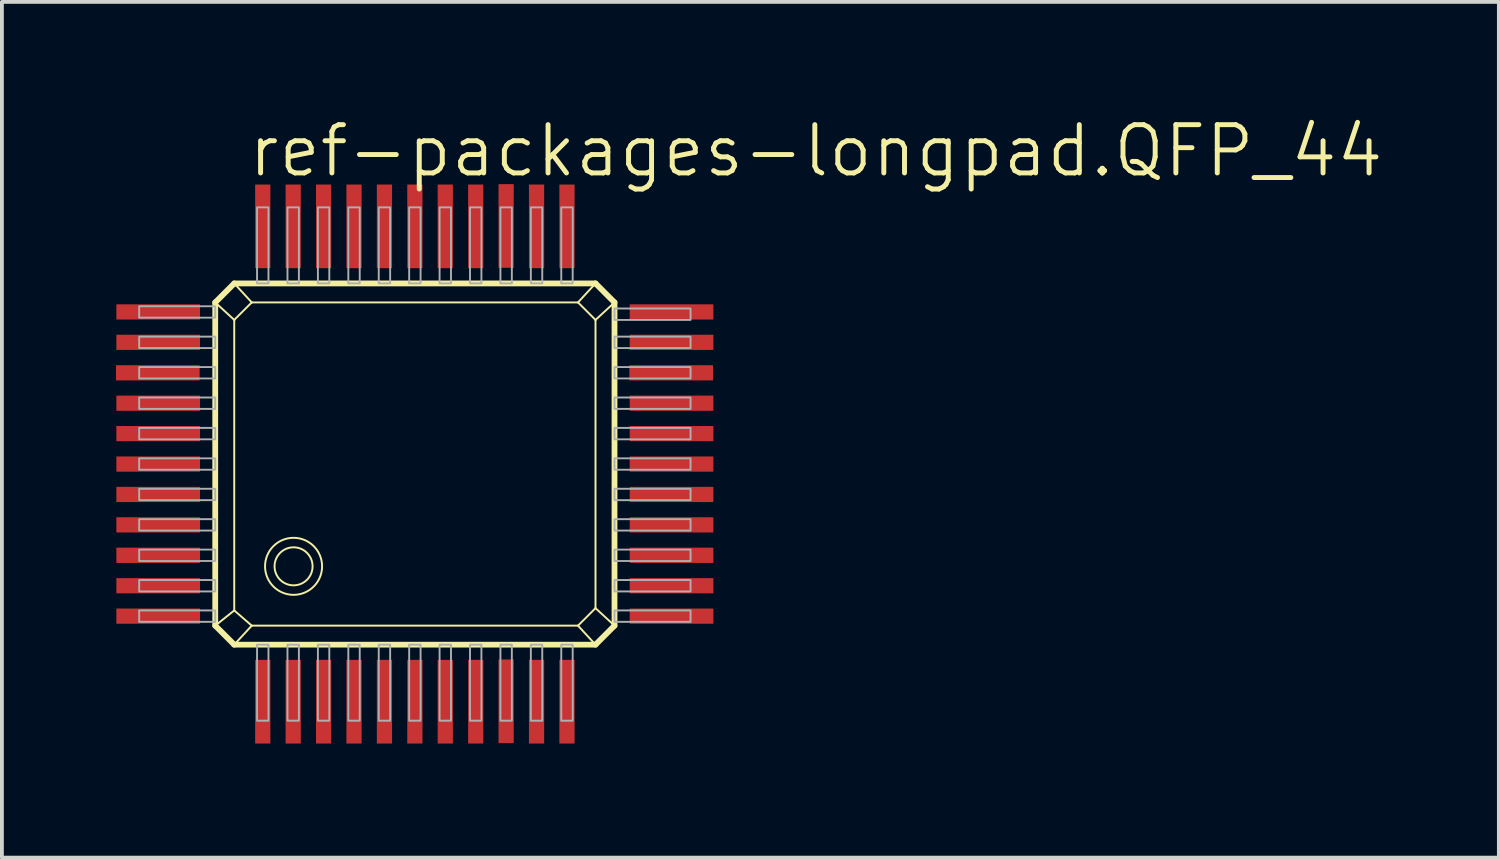
<source format=kicad_pcb>
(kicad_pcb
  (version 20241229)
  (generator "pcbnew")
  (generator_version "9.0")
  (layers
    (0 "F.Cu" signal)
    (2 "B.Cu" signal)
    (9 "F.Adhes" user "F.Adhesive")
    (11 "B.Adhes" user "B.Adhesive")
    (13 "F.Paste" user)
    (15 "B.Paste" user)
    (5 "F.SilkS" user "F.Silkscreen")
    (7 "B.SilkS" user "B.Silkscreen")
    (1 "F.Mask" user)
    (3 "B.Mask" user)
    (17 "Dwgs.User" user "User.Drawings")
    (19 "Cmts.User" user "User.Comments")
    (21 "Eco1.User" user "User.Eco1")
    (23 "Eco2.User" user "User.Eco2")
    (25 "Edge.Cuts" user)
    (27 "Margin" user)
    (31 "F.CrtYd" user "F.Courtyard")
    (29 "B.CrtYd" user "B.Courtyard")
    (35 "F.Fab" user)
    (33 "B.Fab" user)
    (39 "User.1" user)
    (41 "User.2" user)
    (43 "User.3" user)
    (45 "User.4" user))
  (footprint "ref-packages-longpad.QFP_44"
    (layer "F.Cu")
    (at 7.86 9.153)
    (property "Reference" "ref-packages-longpad.QFP_44" (at -4.445 -7.493 0) (layer "F.SilkS") (effects (font (size 1.27 1.27) (thickness 0.13)) (justify left bottom)))
    (attr smd)
    (fp_line (start -5.25 -4.25) (end -4.75 -4.75) (stroke (width 0.152) (type default)) (layer "F.SilkS"))
    (fp_line (start -5.25 -4.25) (end -4.75 -3.79) (stroke (width 0.051) (type default)) (layer "F.SilkS"))
    (fp_line (start -5.25 4.25) (end -5.25 -4.25) (stroke (width 0.152) (type default)) (layer "F.SilkS"))
    (fp_line (start -4.75 -4.75) (end -4.29 -4.25) (stroke (width 0.051) (type default)) (layer "F.SilkS"))
    (fp_line (start -4.75 -4.75) (end 4.75 -4.75) (stroke (width 0.152) (type default)) (layer "F.SilkS"))
    (fp_line (start -4.75 -3.79) (end -4.29 -4.25) (stroke (width 0.051) (type default)) (layer "F.SilkS"))
    (fp_line (start -4.75 3.85) (end -5.25 4.25) (stroke (width 0.051) (type default)) (layer "F.SilkS"))
    (fp_line (start -4.75 3.85) (end -4.75 -3.79) (stroke (width 0.051) (type default)) (layer "F.SilkS"))
    (fp_line (start -4.75 4.75) (end -5.25 4.25) (stroke (width 0.152) (type default)) (layer "F.SilkS"))
    (fp_line (start -4.75 4.75) (end -4.29 4.25) (stroke (width 0.051) (type default)) (layer "F.SilkS"))
    (fp_line (start -4.29 -4.25) (end 4.29 -4.25) (stroke (width 0.051) (type default)) (layer "F.SilkS"))
    (fp_line (start -4.29 4.25) (end -4.75 3.85) (stroke (width 0.051) (type default)) (layer "F.SilkS"))
    (fp_line (start 4.29 -4.25) (end 4.75 -3.79) (stroke (width 0.051) (type default)) (layer "F.SilkS"))
    (fp_line (start 4.29 4.25) (end -4.29 4.25) (stroke (width 0.051) (type default)) (layer "F.SilkS"))
    (fp_line (start 4.75 -4.75) (end 4.29 -4.25) (stroke (width 0.051) (type default)) (layer "F.SilkS"))
    (fp_line (start 4.75 -4.75) (end 5.25 -4.25) (stroke (width 0.152) (type default)) (layer "F.SilkS"))
    (fp_line (start 4.75 -3.79) (end 4.75 3.79) (stroke (width 0.051) (type default)) (layer "F.SilkS"))
    (fp_line (start 4.75 3.79) (end 4.29 4.25) (stroke (width 0.051) (type default)) (layer "F.SilkS"))
    (fp_line (start 4.75 4.75) (end -4.75 4.75) (stroke (width 0.152) (type default)) (layer "F.SilkS"))
    (fp_line (start 4.75 4.75) (end 4.29 4.25) (stroke (width 0.051) (type default)) (layer "F.SilkS"))
    (fp_line (start 5.25 -4.25) (end 4.75 -3.79) (stroke (width 0.051) (type default)) (layer "F.SilkS"))
    (fp_line (start 5.25 -4.25) (end 5.25 4.25) (stroke (width 0.152) (type default)) (layer "F.SilkS"))
    (fp_line (start 5.25 4.25) (end 4.75 3.79) (stroke (width 0.051) (type default)) (layer "F.SilkS"))
    (fp_line (start 5.25 4.25) (end 4.75 4.75) (stroke (width 0.152) (type default)) (layer "F.SilkS"))
    (fp_circle (center -3.19 2.69) (end -2.69 2.69) (stroke (width 0.051) (type default)) (fill no) (layer "F.SilkS"))
    (fp_circle (center -3.19 2.69) (end -2.44 2.69) (stroke (width 0.051) (type default)) (fill no) (layer "F.SilkS"))
    (fp_rect (start -7.25 -3.849) (end -5.25 -4.149) (stroke (width 0.05) (type default)) (fill no) (layer "F.Fab"))
    (fp_rect (start -7.25 -3.05) (end -5.25 -3.35) (stroke (width 0.05) (type default)) (fill no) (layer "F.Fab"))
    (fp_rect (start -7.25 -2.25) (end -5.25 -2.55) (stroke (width 0.05) (type default)) (fill no) (layer "F.Fab"))
    (fp_rect (start -7.25 -1.45) (end -5.25 -1.75) (stroke (width 0.05) (type default)) (fill no) (layer "F.Fab"))
    (fp_rect (start -7.25 -0.65) (end -5.25 -0.95) (stroke (width 0.05) (type default)) (fill no) (layer "F.Fab"))
    (fp_rect (start -7.25 0.15) (end -5.25 -0.15) (stroke (width 0.05) (type default)) (fill no) (layer "F.Fab"))
    (fp_rect (start -7.25 0.95) (end -5.25 0.65) (stroke (width 0.05) (type default)) (fill no) (layer "F.Fab"))
    (fp_rect (start -7.25 1.75) (end -5.25 1.45) (stroke (width 0.05) (type default)) (fill no) (layer "F.Fab"))
    (fp_rect (start -7.25 2.55) (end -5.25 2.25) (stroke (width 0.05) (type default)) (fill no) (layer "F.Fab"))
    (fp_rect (start -7.25 3.35) (end -5.25 3.05) (stroke (width 0.05) (type default)) (fill no) (layer "F.Fab"))
    (fp_rect (start -7.25 4.15) (end -5.25 3.85) (stroke (width 0.05) (type default)) (fill no) (layer "F.Fab"))
    (fp_rect (start -4.15 -4.75) (end -3.85 -6.75) (stroke (width 0.05) (type default)) (fill no) (layer "F.Fab"))
    (fp_rect (start -4.15 6.75) (end -3.85 4.75) (stroke (width 0.05) (type default)) (fill no) (layer "F.Fab"))
    (fp_rect (start -3.35 -4.75) (end -3.05 -6.75) (stroke (width 0.05) (type default)) (fill no) (layer "F.Fab"))
    (fp_rect (start -3.35 6.75) (end -3.05 4.75) (stroke (width 0.05) (type default)) (fill no) (layer "F.Fab"))
    (fp_rect (start -2.55 -4.75) (end -2.25 -6.75) (stroke (width 0.05) (type default)) (fill no) (layer "F.Fab"))
    (fp_rect (start -2.55 6.75) (end -2.25 4.75) (stroke (width 0.05) (type default)) (fill no) (layer "F.Fab"))
    (fp_rect (start -1.75 -4.75) (end -1.45 -6.75) (stroke (width 0.05) (type default)) (fill no) (layer "F.Fab"))
    (fp_rect (start -1.75 6.75) (end -1.45 4.75) (stroke (width 0.05) (type default)) (fill no) (layer "F.Fab"))
    (fp_rect (start -0.95 -4.75) (end -0.65 -6.75) (stroke (width 0.05) (type default)) (fill no) (layer "F.Fab"))
    (fp_rect (start -0.95 6.75) (end -0.65 4.75) (stroke (width 0.05) (type default)) (fill no) (layer "F.Fab"))
    (fp_rect (start -0.15 -4.75) (end 0.15 -6.75) (stroke (width 0.05) (type default)) (fill no) (layer "F.Fab"))
    (fp_rect (start -0.15 6.75) (end 0.15 4.75) (stroke (width 0.05) (type default)) (fill no) (layer "F.Fab"))
    (fp_rect (start 0.65 -4.75) (end 0.95 -6.75) (stroke (width 0.05) (type default)) (fill no) (layer "F.Fab"))
    (fp_rect (start 0.65 6.75) (end 0.95 4.75) (stroke (width 0.05) (type default)) (fill no) (layer "F.Fab"))
    (fp_rect (start 1.45 -4.75) (end 1.75 -6.75) (stroke (width 0.05) (type default)) (fill no) (layer "F.Fab"))
    (fp_rect (start 1.45 6.75) (end 1.75 4.75) (stroke (width 0.05) (type default)) (fill no) (layer "F.Fab"))
    (fp_rect (start 2.25 -4.75) (end 2.55 -6.75) (stroke (width 0.05) (type default)) (fill no) (layer "F.Fab"))
    (fp_rect (start 2.25 6.75) (end 2.55 4.75) (stroke (width 0.05) (type default)) (fill no) (layer "F.Fab"))
    (fp_rect (start 3.05 -4.75) (end 3.35 -6.75) (stroke (width 0.05) (type default)) (fill no) (layer "F.Fab"))
    (fp_rect (start 3.05 6.75) (end 3.35 4.75) (stroke (width 0.05) (type default)) (fill no) (layer "F.Fab"))
    (fp_rect (start 3.85 -4.75) (end 4.15 -6.75) (stroke (width 0.05) (type default)) (fill no) (layer "F.Fab"))
    (fp_rect (start 3.85 6.75) (end 4.15 4.75) (stroke (width 0.05) (type default)) (fill no) (layer "F.Fab"))
    (fp_rect (start 5.25 -3.79) (end 7.25 -4.09) (stroke (width 0.05) (type default)) (fill no) (layer "F.Fab"))
    (fp_rect (start 5.25 -3.05) (end 7.25 -3.35) (stroke (width 0.05) (type default)) (fill no) (layer "F.Fab"))
    (fp_rect (start 5.25 -2.25) (end 7.25 -2.55) (stroke (width 0.05) (type default)) (fill no) (layer "F.Fab"))
    (fp_rect (start 5.25 -1.45) (end 7.25 -1.75) (stroke (width 0.05) (type default)) (fill no) (layer "F.Fab"))
    (fp_rect (start 5.25 -0.65) (end 7.25 -0.95) (stroke (width 0.05) (type default)) (fill no) (layer "F.Fab"))
    (fp_rect (start 5.25 0.15) (end 7.25 -0.15) (stroke (width 0.05) (type default)) (fill no) (layer "F.Fab"))
    (fp_rect (start 5.25 0.95) (end 7.25 0.65) (stroke (width 0.05) (type default)) (fill no) (layer "F.Fab"))
    (fp_rect (start 5.25 1.75) (end 7.25 1.45) (stroke (width 0.05) (type default)) (fill no) (layer "F.Fab"))
    (fp_rect (start 5.25 2.55) (end 7.25 2.25) (stroke (width 0.05) (type default)) (fill no) (layer "F.Fab"))
    (fp_rect (start 5.25 3.35) (end 7.25 3.05) (stroke (width 0.05) (type default)) (fill no) (layer "F.Fab"))
    (fp_rect (start 5.25 4.15) (end 7.25 3.85) (stroke (width 0.05) (type default)) (fill no) (layer "F.Fab"))
    (pad "1" smd roundrect (at -4 6.25) (size 0.4 2.2) (layers "F.Cu" "F.Mask" "F.Paste") (roundrect_rratio 0.01))
    (pad "2" smd roundrect (at -3.2 6.25) (size 0.4 2.2) (layers "F.Cu" "F.Mask" "F.Paste") (roundrect_rratio 0.01))
    (pad "3" smd roundrect (at -2.4 6.25) (size 0.4 2.2) (layers "F.Cu" "F.Mask" "F.Paste") (roundrect_rratio 0.01))
    (pad "4" smd roundrect (at -1.6 6.25) (size 0.4 2.2) (layers "F.Cu" "F.Mask" "F.Paste") (roundrect_rratio 0.01))
    (pad "5" smd roundrect (at -0.8 6.25) (size 0.4 2.2) (layers "F.Cu" "F.Mask" "F.Paste") (roundrect_rratio 0.01))
    (pad "6" smd roundrect (at 0 6.25) (size 0.4 2.2) (layers "F.Cu" "F.Mask" "F.Paste") (roundrect_rratio 0.01))
    (pad "7" smd roundrect (at 0.8 6.25) (size 0.4 2.2) (layers "F.Cu" "F.Mask" "F.Paste") (roundrect_rratio 0.01))
    (pad "8" smd roundrect (at 1.6 6.25) (size 0.4 2.2) (layers "F.Cu" "F.Mask" "F.Paste") (roundrect_rratio 0.01))
    (pad "9" smd roundrect (at 2.4 6.24) (size 0.4 2.2) (layers "F.Cu" "F.Mask" "F.Paste") (roundrect_rratio 0.01))
    (pad "10" smd roundrect (at 3.2 6.25) (size 0.4 2.2) (layers "F.Cu" "F.Mask" "F.Paste") (roundrect_rratio 0.01))
    (pad "11" smd roundrect (at 4 6.25) (size 0.4 2.2) (layers "F.Cu" "F.Mask" "F.Paste") (roundrect_rratio 0.01))
    (pad "12" smd roundrect (at 6.75 4) (size 2.2 0.4) (layers "F.Cu" "F.Mask" "F.Paste") (roundrect_rratio 0.01))
    (pad "13" smd roundrect (at 6.75 3.2) (size 2.2 0.4) (layers "F.Cu" "F.Mask" "F.Paste") (roundrect_rratio 0.01))
    (pad "14" smd roundrect (at 6.75 2.4) (size 2.2 0.4) (layers "F.Cu" "F.Mask" "F.Paste") (roundrect_rratio 0.01))
    (pad "15" smd roundrect (at 6.75 1.6) (size 2.2 0.4) (layers "F.Cu" "F.Mask" "F.Paste") (roundrect_rratio 0.01))
    (pad "16" smd roundrect (at 6.75 0.8) (size 2.2 0.4) (layers "F.Cu" "F.Mask" "F.Paste") (roundrect_rratio 0.01))
    (pad "17" smd roundrect (at 6.75 0) (size 2.2 0.4) (layers "F.Cu" "F.Mask" "F.Paste") (roundrect_rratio 0.01))
    (pad "18" smd roundrect (at 6.75 -0.8) (size 2.2 0.4) (layers "F.Cu" "F.Mask" "F.Paste") (roundrect_rratio 0.01))
    (pad "19" smd roundrect (at 6.75 -1.6) (size 2.2 0.4) (layers "F.Cu" "F.Mask" "F.Paste") (roundrect_rratio 0.01))
    (pad "20" smd roundrect (at 6.74 -2.4) (size 2.2 0.4) (layers "F.Cu" "F.Mask" "F.Paste") (roundrect_rratio 0.01))
    (pad "21" smd roundrect (at 6.75 -3.2) (size 2.2 0.4) (layers "F.Cu" "F.Mask" "F.Paste") (roundrect_rratio 0.01))
    (pad "22" smd roundrect (at 6.75 -4) (size 2.2 0.4) (layers "F.Cu" "F.Mask" "F.Paste") (roundrect_rratio 0.01))
    (pad "23" smd roundrect (at 4 -6.25) (size 0.4 2.2) (layers "F.Cu" "F.Mask" "F.Paste") (roundrect_rratio 0.01))
    (pad "24" smd roundrect (at 3.2 -6.25) (size 0.4 2.2) (layers "F.Cu" "F.Mask" "F.Paste") (roundrect_rratio 0.01))
    (pad "25" smd roundrect (at 2.4 -6.26) (size 0.4 2.2) (layers "F.Cu" "F.Mask" "F.Paste") (roundrect_rratio 0.01))
    (pad "26" smd roundrect (at 1.6 -6.25) (size 0.4 2.2) (layers "F.Cu" "F.Mask" "F.Paste") (roundrect_rratio 0.01))
    (pad "27" smd roundrect (at 0.8 -6.25) (size 0.4 2.2) (layers "F.Cu" "F.Mask" "F.Paste") (roundrect_rratio 0.01))
    (pad "28" smd roundrect (at 0 -6.25) (size 0.4 2.2) (layers "F.Cu" "F.Mask" "F.Paste") (roundrect_rratio 0.01))
    (pad "29" smd roundrect (at -0.8 -6.25) (size 0.4 2.2) (layers "F.Cu" "F.Mask" "F.Paste") (roundrect_rratio 0.01))
    (pad "30" smd roundrect (at -1.6 -6.25) (size 0.4 2.2) (layers "F.Cu" "F.Mask" "F.Paste") (roundrect_rratio 0.01))
    (pad "31" smd roundrect (at -2.4 -6.25) (size 0.4 2.2) (layers "F.Cu" "F.Mask" "F.Paste") (roundrect_rratio 0.01))
    (pad "32" smd roundrect (at -3.2 -6.25) (size 0.4 2.2) (layers "F.Cu" "F.Mask" "F.Paste") (roundrect_rratio 0.01))
    (pad "33" smd roundrect (at -4 -6.25) (size 0.4 2.2) (layers "F.Cu" "F.Mask" "F.Paste") (roundrect_rratio 0.01))
    (pad "34" smd roundrect (at -6.75 -4) (size 2.2 0.4) (layers "F.Cu" "F.Mask" "F.Paste") (roundrect_rratio 0.01))
    (pad "35" smd roundrect (at -6.75 -3.2) (size 2.2 0.4) (layers "F.Cu" "F.Mask" "F.Paste") (roundrect_rratio 0.01))
    (pad "36" smd roundrect (at -6.76 -2.4) (size 2.2 0.4) (layers "F.Cu" "F.Mask" "F.Paste") (roundrect_rratio 0.01))
    (pad "37" smd roundrect (at -6.75 -1.6) (size 2.2 0.4) (layers "F.Cu" "F.Mask" "F.Paste") (roundrect_rratio 0.01))
    (pad "38" smd roundrect (at -6.75 -0.8) (size 2.2 0.4) (layers "F.Cu" "F.Mask" "F.Paste") (roundrect_rratio 0.01))
    (pad "39" smd roundrect (at -6.75 0) (size 2.2 0.4) (layers "F.Cu" "F.Mask" "F.Paste") (roundrect_rratio 0.01))
    (pad "40" smd roundrect (at -6.75 0.8) (size 2.2 0.4) (layers "F.Cu" "F.Mask" "F.Paste") (roundrect_rratio 0.01))
    (pad "41" smd roundrect (at -6.75 1.6) (size 2.2 0.4) (layers "F.Cu" "F.Mask" "F.Paste") (roundrect_rratio 0.01))
    (pad "42" smd roundrect (at -6.75 2.4) (size 2.2 0.4) (layers "F.Cu" "F.Mask" "F.Paste") (roundrect_rratio 0.01))
    (pad "43" smd roundrect (at -6.75 3.2) (size 2.2 0.4) (layers "F.Cu" "F.Mask" "F.Paste") (roundrect_rratio 0.01))
    (pad "44" smd roundrect (at -6.75 4) (size 2.2 0.4) (layers "F.Cu" "F.Mask" "F.Paste") (roundrect_rratio 0.01)))
  (gr_rect
    (start -3 -3)
    (end 36.366 19.503)
    (stroke (width 0.1) (type default))
    (fill no)
    (layer "Edge.Cuts")))
</source>
